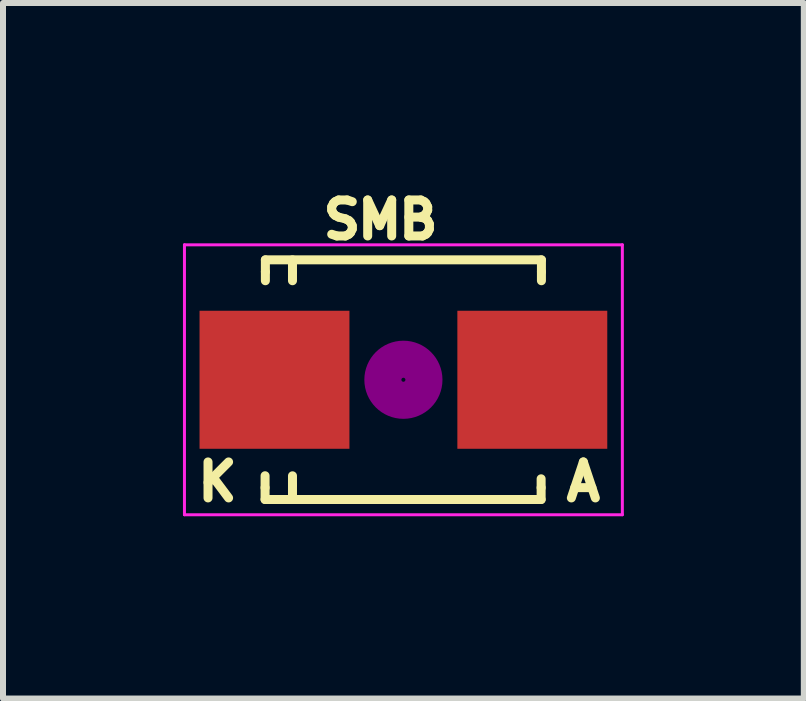
<source format=kicad_pcb>
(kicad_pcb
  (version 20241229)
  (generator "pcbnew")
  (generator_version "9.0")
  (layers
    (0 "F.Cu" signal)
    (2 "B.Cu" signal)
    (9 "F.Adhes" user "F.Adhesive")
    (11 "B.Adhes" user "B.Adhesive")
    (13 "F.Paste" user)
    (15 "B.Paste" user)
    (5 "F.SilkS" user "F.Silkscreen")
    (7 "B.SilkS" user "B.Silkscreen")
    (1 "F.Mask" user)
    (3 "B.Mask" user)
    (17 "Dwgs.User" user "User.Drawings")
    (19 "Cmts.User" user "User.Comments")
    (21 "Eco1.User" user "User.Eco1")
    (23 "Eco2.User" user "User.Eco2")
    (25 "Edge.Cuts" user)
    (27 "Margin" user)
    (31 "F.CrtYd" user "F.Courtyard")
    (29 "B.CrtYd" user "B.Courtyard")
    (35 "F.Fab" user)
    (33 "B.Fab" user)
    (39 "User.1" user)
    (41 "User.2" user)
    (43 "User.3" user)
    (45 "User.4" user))
  (footprint "SMB"
    (layer "F.Cu")
    (at 3.675 3.281)
    (property "Reference" "SMB" (at -0.381 -2.667 0) (layer "F.SilkS") (effects (font (size 0.6 0.6) (thickness 0.15))))
    (attr smd)
    (fp_line (start -2.306 1.8) (end -2.306 1.6) (stroke (width 0.15) (type solid)) (layer "F.SilkS"))
    (fp_line (start -2.306 1.996) (end -2.306 1.798) (stroke (width 0.15) (type solid)) (layer "F.SilkS"))
    (fp_line (start -2.306 1.996) (end 2.296 1.996) (stroke (width 0.15) (type solid)) (layer "F.SilkS"))
    (fp_line (start -2.301 -1.999) (end -2.301 -1.801) (stroke (width 0.15) (type solid)) (layer "F.SilkS"))
    (fp_line (start -2.301 -1.999) (end 2.301 -1.999) (stroke (width 0.15) (type solid)) (layer "F.SilkS"))
    (fp_line (start -2.301 -1.8) (end -2.301 -1.651) (stroke (width 0.15) (type solid)) (layer "F.SilkS"))
    (fp_line (start -1.849 -1.999) (end -1.849 -1.801) (stroke (width 0.15) (type solid)) (layer "F.SilkS"))
    (fp_line (start -1.849 -1.8) (end -1.849 -1.651) (stroke (width 0.15) (type solid)) (layer "F.SilkS"))
    (fp_line (start -1.849 1.75) (end -1.849 1.601) (stroke (width 0.15) (type solid)) (layer "F.SilkS"))
    (fp_line (start -1.849 1.949) (end -1.849 1.751) (stroke (width 0.15) (type solid)) (layer "F.SilkS"))
    (fp_line (start 2.296 1.8) (end 2.296 1.651) (stroke (width 0.15) (type solid)) (layer "F.SilkS"))
    (fp_line (start 2.296 1.996) (end 2.296 1.798) (stroke (width 0.15) (type solid)) (layer "F.SilkS"))
    (fp_line (start 2.301 -1.999) (end 2.301 -1.801) (stroke (width 0.15) (type solid)) (layer "F.SilkS"))
    (fp_line (start 2.301 -1.8) (end 2.301 -1.651) (stroke (width 0.15) (type solid)) (layer "F.SilkS"))
    (fp_circle (center 0 0) (end 0.201 0.099) (stroke (width 0.381) (type solid)) (fill no) (layer "F.Adhes"))
    (fp_circle (center 0 0) (end 0.45 0.099) (stroke (width 0.381) (type solid)) (fill no) (layer "F.Adhes"))
    (fp_line (start -3.65 -2.25) (end 3.65 -2.25) (stroke (width 0.05) (type solid)) (layer "F.CrtYd"))
    (fp_line (start -3.65 2.25) (end -3.65 -2.25) (stroke (width 0.05) (type solid)) (layer "F.CrtYd"))
    (fp_line (start 3.65 -2.25) (end 3.65 2.25) (stroke (width 0.05) (type solid)) (layer "F.CrtYd"))
    (fp_line (start 3.65 2.25) (end -3.65 2.25) (stroke (width 0.05) (type solid)) (layer "F.CrtYd"))
    (fp_text user "A" (at 3 1.7 0) (layer "F.SilkS") (effects (font (size 0.6 0.6) (thickness 0.15))))
    (fp_text user "K" (at -3.1 1.7 0) (layer "F.SilkS") (effects (font (size 0.6 0.6) (thickness 0.15))))
    (pad "1" smd rect (at -2.149 0) (size 2.499 2.301) (layers "F.Cu" "F.Mask" "F.Paste"))
    (pad "2" smd rect (at 2.149 0) (size 2.499 2.301) (layers "F.Cu" "F.Mask" "F.Paste")))
  (gr_rect
    (start -3 -3)
    (end 10.35 8.595)
    (stroke (width 0.1) (type default))
    (fill no)
    (layer "Edge.Cuts")))
</source>
